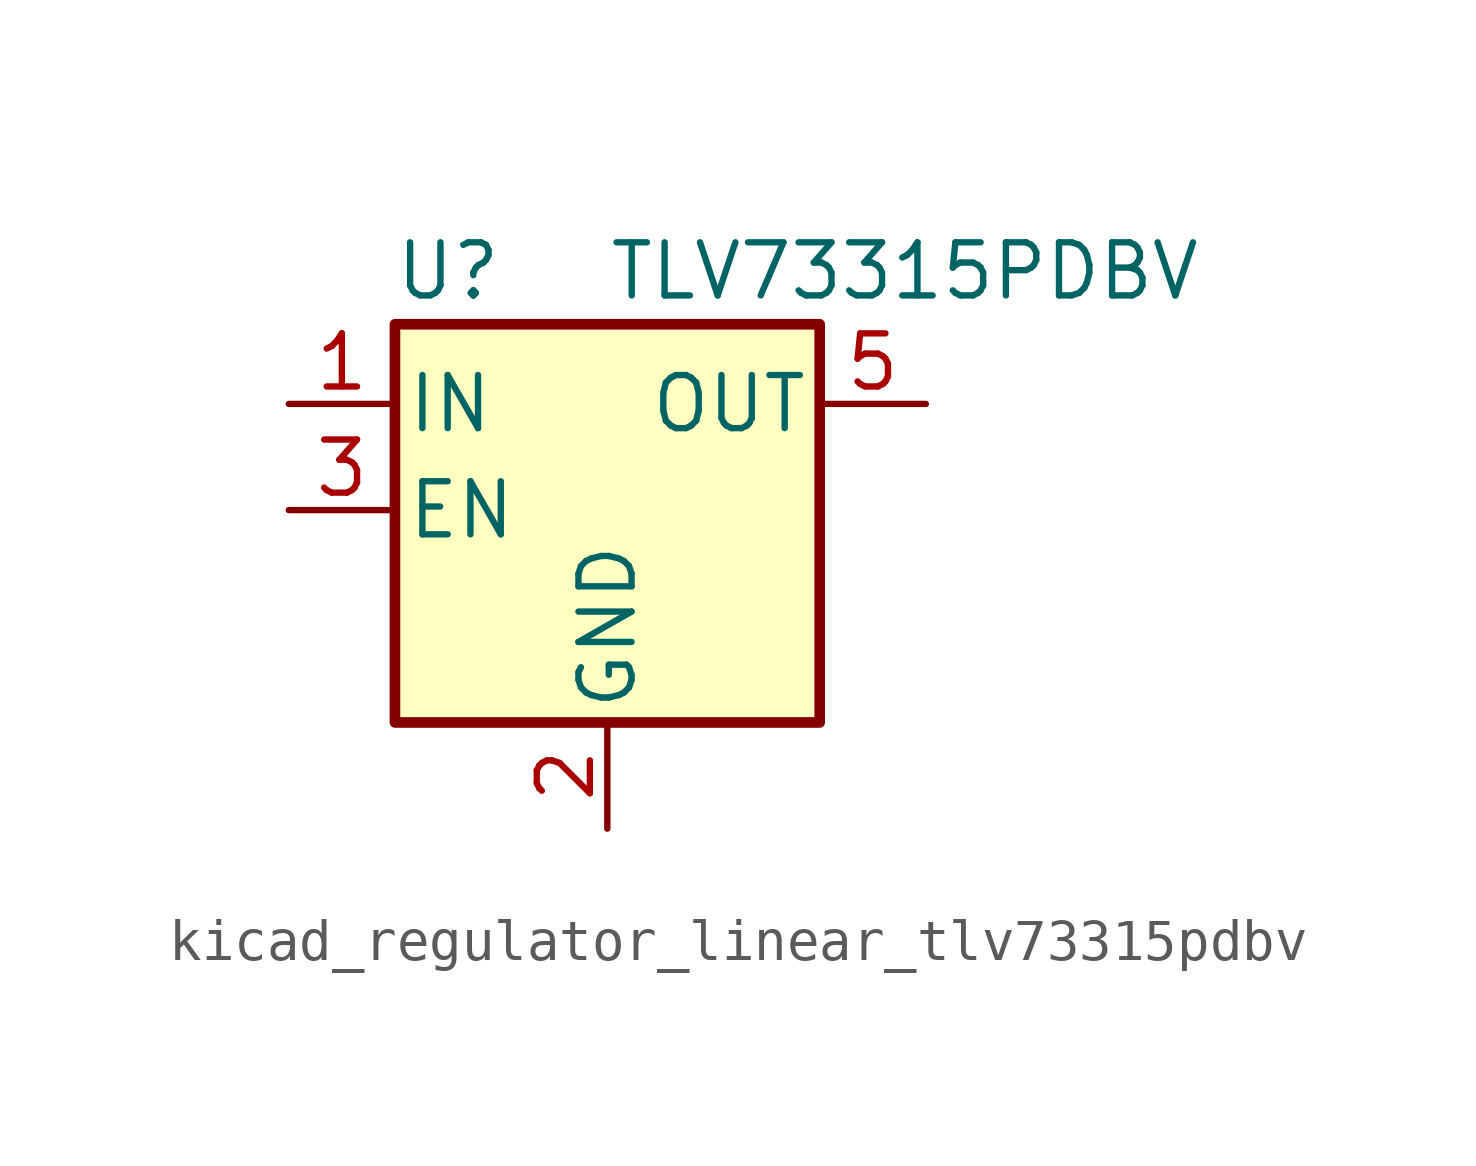
<source format=kicad_sym>
(kicad_symbol_lib
  (version 20220914)
  (generator kicad_symbol_editor)
  (symbol "kicad_regulator_linear_tlv73315pdbv"
    (pin_names
      (offset 0.254))
    (property "Reference" "U"
      (at -3.81 5.715 0)
      (effects (font (size 1.27 1.27))))
    (property "Value" "TLV73315PDBV"
      (at 0 5.715 0)
      (effects (font (size 1.27 1.27)) (justify left)))
    (symbol "kicad_regulator_linear_tlv73315pdbv_0_1"
      (rectangle (start -5.08 4.445) (end 5.08 -5.08) (stroke (width 0.254) (type default)) (fill (type background))))
    (symbol "kicad_regulator_linear_tlv73315pdbv_1_1"
      (pin power_in line (at -7.62 2.54 0) (length 2.54) (name "IN" (effects (font (size 1.27 1.27)))) (number "1" (effects (font (size 1.27 1.27)))))
      (pin power_in line (at 0 -7.62 90) (length 2.54) (name "GND" (effects (font (size 1.27 1.27)))) (number "2" (effects (font (size 1.27 1.27)))))
      (pin input line (at -7.62 0 0) (length 2.54) (name "EN" (effects (font (size 1.27 1.27)))) (number "3" (effects (font (size 1.27 1.27)))))
      (pin no_connect line (at 5.08 0 180) (length 2.54) hide (name "NC" (effects (font (size 1.27 1.27)))) (number "4" (effects (font (size 1.27 1.27)))))
      (pin power_out line (at 7.62 2.54 180) (length 2.54) (name "OUT" (effects (font (size 1.27 1.27)))) (number "5" (effects (font (size 1.27 1.27))))))))
</source>
